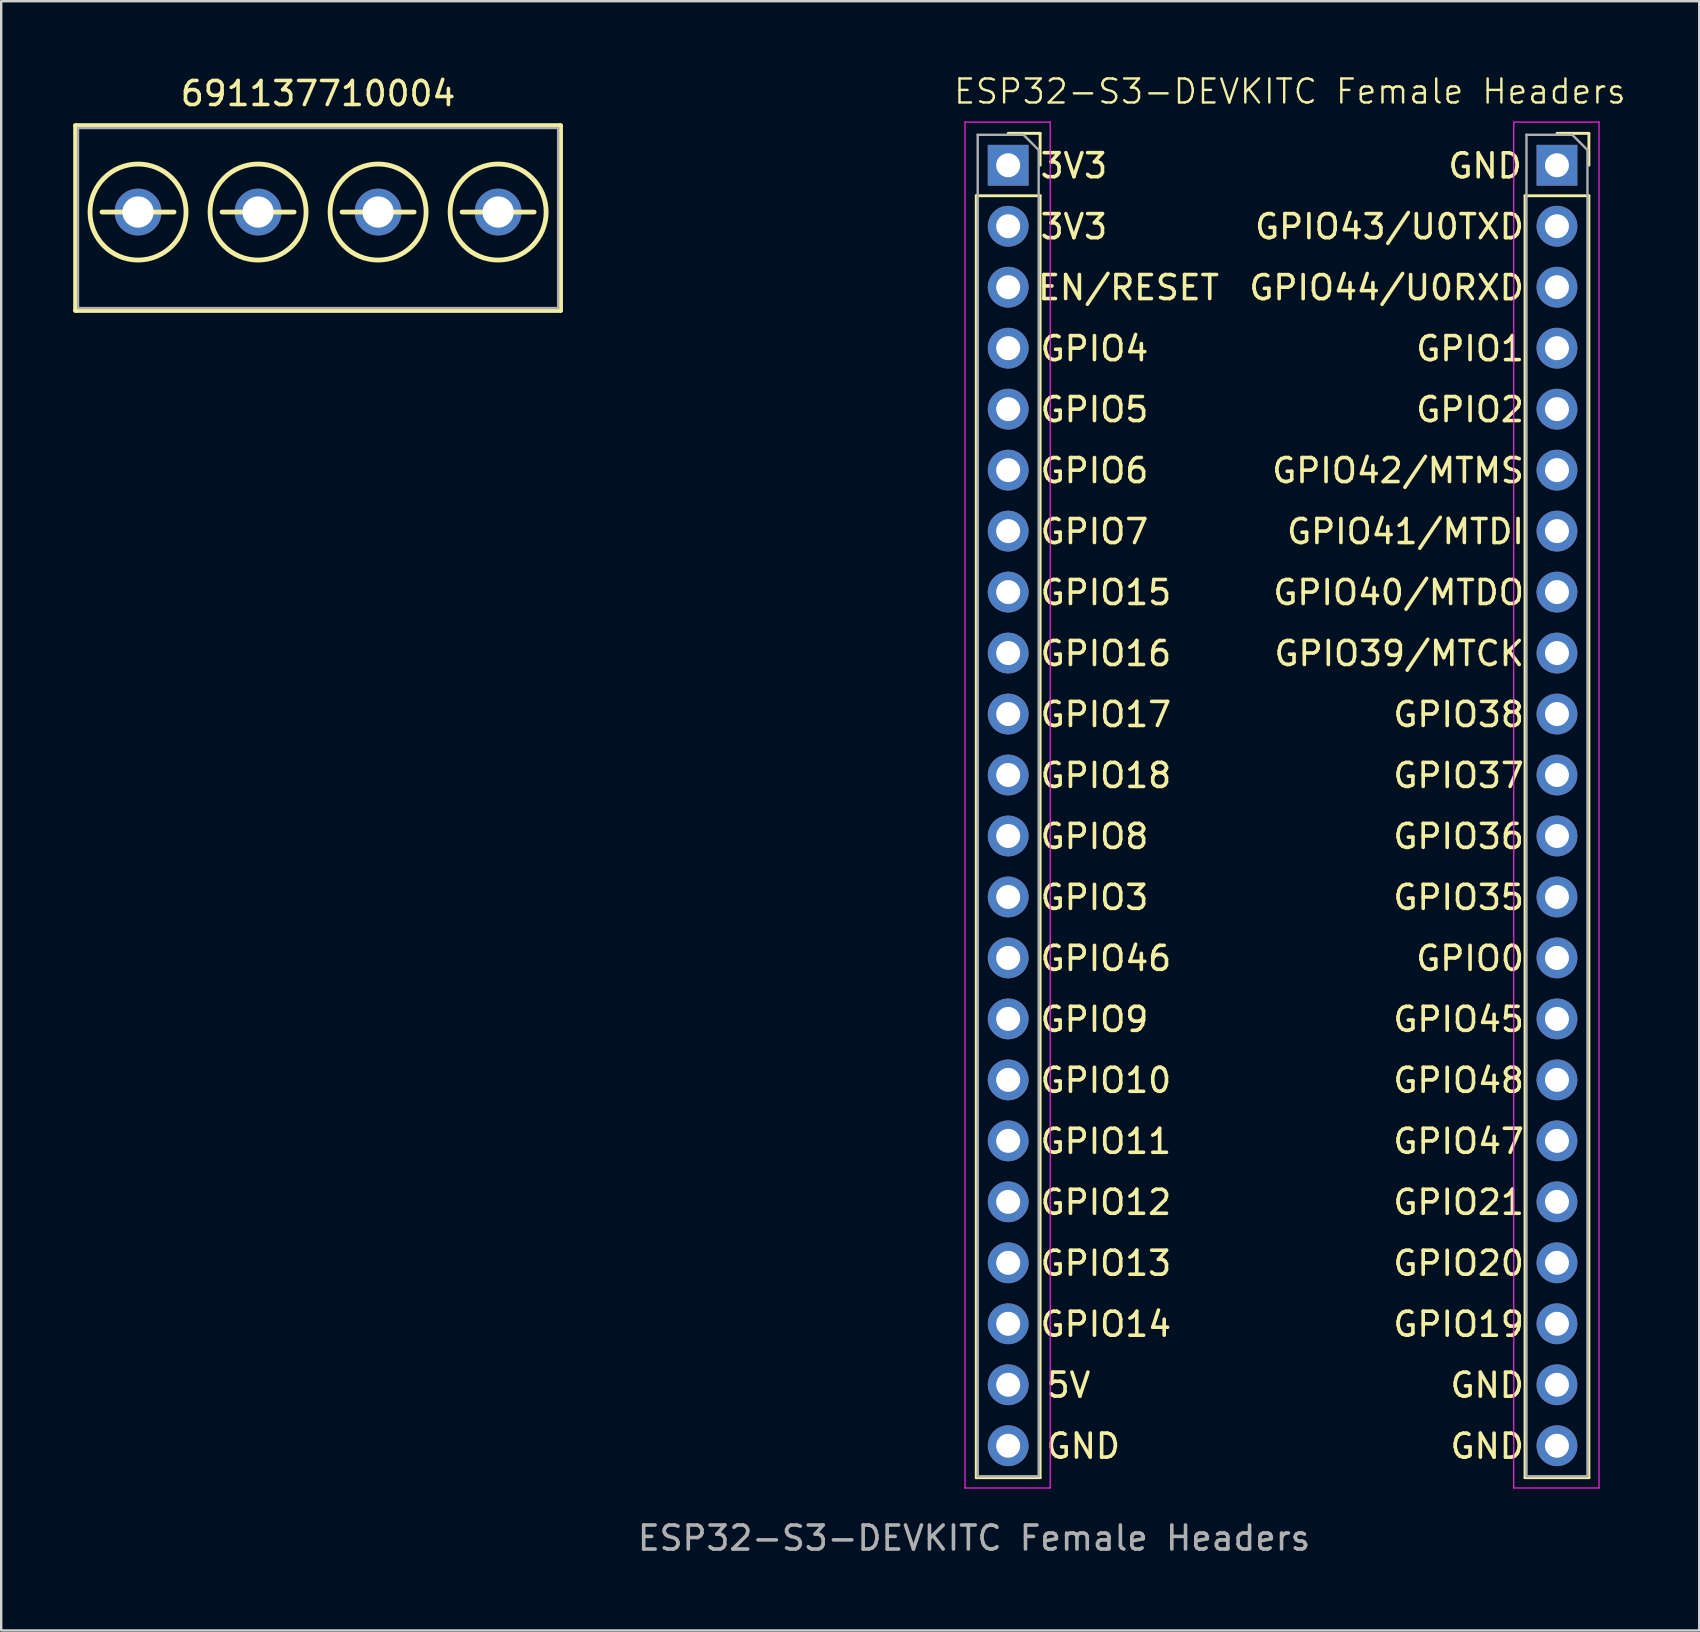
<source format=kicad_pcb>
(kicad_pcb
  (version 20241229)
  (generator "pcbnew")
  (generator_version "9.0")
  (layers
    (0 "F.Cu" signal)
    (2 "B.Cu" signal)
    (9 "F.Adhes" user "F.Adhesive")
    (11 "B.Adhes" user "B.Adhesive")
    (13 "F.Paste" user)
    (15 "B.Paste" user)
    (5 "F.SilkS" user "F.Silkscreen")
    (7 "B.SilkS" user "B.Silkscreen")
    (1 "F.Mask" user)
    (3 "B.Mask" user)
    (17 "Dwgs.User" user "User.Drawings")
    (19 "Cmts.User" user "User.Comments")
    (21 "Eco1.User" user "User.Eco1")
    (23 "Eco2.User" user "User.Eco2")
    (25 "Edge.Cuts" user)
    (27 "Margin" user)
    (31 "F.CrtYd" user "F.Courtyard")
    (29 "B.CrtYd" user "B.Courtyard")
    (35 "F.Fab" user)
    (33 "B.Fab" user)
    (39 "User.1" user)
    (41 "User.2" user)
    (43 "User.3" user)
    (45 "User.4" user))
  (footprint "ESP32-S3-DEVKITC Female Headers"
    (layer "F.Cu")
    (at 37.525 58.52)
    (property "Reference" "ESP32-S3-DEVKITC Female Headers" (at 13.157 -57.76 0) (unlocked yes) (layer "F.SilkS") (effects (font (size 1 1) (thickness 0.1))))
    (attr smd)
    (fp_line (start 0.092 -53.416) (end 0.092 -0.016) (stroke (width 0.12) (type solid)) (layer "F.SilkS"))
    (fp_line (start 0.092 -53.416) (end 2.752 -53.416) (stroke (width 0.12) (type solid)) (layer "F.SilkS"))
    (fp_line (start 0.092 -0.016) (end 2.752 -0.016) (stroke (width 0.12) (type solid)) (layer "F.SilkS"))
    (fp_line (start 1.422 -56.016) (end 2.752 -56.016) (stroke (width 0.12) (type solid)) (layer "F.SilkS"))
    (fp_line (start 2.752 -56.016) (end 2.752 -54.686) (stroke (width 0.12) (type solid)) (layer "F.SilkS"))
    (fp_line (start 2.752 -53.416) (end 2.752 -0.016) (stroke (width 0.12) (type solid)) (layer "F.SilkS"))
    (fp_line (start 22.952 -53.416) (end 22.952 -0.016) (stroke (width 0.12) (type solid)) (layer "F.SilkS"))
    (fp_line (start 22.952 -53.416) (end 25.612 -53.416) (stroke (width 0.12) (type solid)) (layer "F.SilkS"))
    (fp_line (start 22.952 -0.016) (end 25.612 -0.016) (stroke (width 0.12) (type solid)) (layer "F.SilkS"))
    (fp_line (start 24.282 -56.016) (end 25.612 -56.016) (stroke (width 0.12) (type solid)) (layer "F.SilkS"))
    (fp_line (start 25.612 -56.016) (end 25.612 -54.686) (stroke (width 0.12) (type solid)) (layer "F.SilkS"))
    (fp_line (start 25.612 -53.416) (end 25.612 -0.016) (stroke (width 0.12) (type solid)) (layer "F.SilkS"))
    (fp_line (start -0.378 -56.486) (end 3.172 -56.486) (stroke (width 0.05) (type solid)) (layer "F.CrtYd"))
    (fp_line (start -0.378 0.414) (end -0.378 -56.486) (stroke (width 0.05) (type solid)) (layer "F.CrtYd"))
    (fp_line (start 3.172 -56.486) (end 3.172 0.414) (stroke (width 0.05) (type solid)) (layer "F.CrtYd"))
    (fp_line (start 3.172 0.414) (end -0.378 0.414) (stroke (width 0.05) (type solid)) (layer "F.CrtYd"))
    (fp_line (start 22.482 -56.486) (end 26.032 -56.486) (stroke (width 0.05) (type solid)) (layer "F.CrtYd"))
    (fp_line (start 22.482 0.414) (end 22.482 -56.486) (stroke (width 0.05) (type solid)) (layer "F.CrtYd"))
    (fp_line (start 26.032 -56.486) (end 26.032 0.414) (stroke (width 0.05) (type solid)) (layer "F.CrtYd"))
    (fp_line (start 26.032 0.414) (end 22.482 0.414) (stroke (width 0.05) (type solid)) (layer "F.CrtYd"))
    (fp_line (start 0.152 -55.956) (end 2.057 -55.956) (stroke (width 0.1) (type solid)) (layer "F.Fab"))
    (fp_line (start 0.152 -0.076) (end 0.152 -55.956) (stroke (width 0.1) (type solid)) (layer "F.Fab"))
    (fp_line (start 2.057 -55.956) (end 2.692 -55.321) (stroke (width 0.1) (type solid)) (layer "F.Fab"))
    (fp_line (start 2.692 -55.321) (end 2.692 -0.076) (stroke (width 0.1) (type solid)) (layer "F.Fab"))
    (fp_line (start 2.692 -0.076) (end 0.152 -0.076) (stroke (width 0.1) (type solid)) (layer "F.Fab"))
    (fp_line (start 23.012 -55.956) (end 24.917 -55.956) (stroke (width 0.1) (type solid)) (layer "F.Fab"))
    (fp_line (start 23.012 -0.076) (end 23.012 -55.956) (stroke (width 0.1) (type solid)) (layer "F.Fab"))
    (fp_line (start 24.917 -55.956) (end 25.552 -55.321) (stroke (width 0.1) (type solid)) (layer "F.Fab"))
    (fp_line (start 25.552 -55.321) (end 25.552 -0.076) (stroke (width 0.1) (type solid)) (layer "F.Fab"))
    (fp_line (start 25.552 -0.076) (end 23.012 -0.076) (stroke (width 0.1) (type solid)) (layer "F.Fab"))
    (fp_text user "GPIO21" (at 22.999 -11.486 0) (unlocked yes) (layer "F.SilkS") (effects (font (size 1 1) (thickness 0.15)) (justify right)))
    (fp_text user "GPIO47" (at 22.999 -14.026 0) (unlocked yes) (layer "F.SilkS") (effects (font (size 1 1) (thickness 0.15)) (justify right)))
    (fp_text user "GPIO35" (at 22.999 -24.186 0) (unlocked yes) (layer "F.SilkS") (effects (font (size 1 1) (thickness 0.15)) (justify right)))
    (fp_text user "GPIO43/U0TXD" (at 22.999 -52.126 0) (unlocked yes) (layer "F.SilkS") (effects (font (size 1 1) (thickness 0.15)) (justify right)))
    (fp_text user "GPIO4" (at 2.679 -47.046 0) (unlocked yes) (layer "F.SilkS") (effects (font (size 1 1) (thickness 0.15)) (justify left)))
    (fp_text user "GPIO20" (at 22.999 -8.946 0) (unlocked yes) (layer "F.SilkS") (effects (font (size 1 1) (thickness 0.15)) (justify right)))
    (fp_text user "GPIO38" (at 22.999 -31.806 0) (unlocked yes) (layer "F.SilkS") (effects (font (size 1 1) (thickness 0.15)) (justify right)))
    (fp_text user "GPIO19" (at 22.999 -6.406 0) (unlocked yes) (layer "F.SilkS") (effects (font (size 1 1) (thickness 0.15)) (justify right)))
    (fp_text user "GPIO36" (at 22.999 -26.726 0) (unlocked yes) (layer "F.SilkS") (effects (font (size 1 1) (thickness 0.15)) (justify right)))
    (fp_text user "GPIO18" (at 2.679 -29.266 0) (unlocked yes) (layer "F.SilkS") (effects (font (size 1 1) (thickness 0.15)) (justify left)))
    (fp_text user "EN/RESET" (at 10.296 -49.589 0) (unlocked yes) (layer "F.SilkS") (effects (font (size 1 1) (thickness 0.15)) (justify right)))
    (fp_text user "GPIO46" (at 2.679 -21.646 0) (unlocked yes) (layer "F.SilkS") (effects (font (size 1 1) (thickness 0.15)) (justify left)))
    (fp_text user "GPIO2" (at 22.999 -44.506 0) (unlocked yes) (layer "F.SilkS") (effects (font (size 1 1) (thickness 0.15)) (justify right)))
    (fp_text user "GPIO14" (at 2.679 -6.406 0) (unlocked yes) (layer "F.SilkS") (effects (font (size 1 1) (thickness 0.15)) (justify left)))
    (fp_text user "GPIO39/MTCK" (at 22.999 -34.346 0) (unlocked yes) (layer "F.SilkS") (effects (font (size 1 1) (thickness 0.15)) (justify right)))
    (fp_text user "GPIO5" (at 2.679 -44.506 0) (unlocked yes) (layer "F.SilkS") (effects (font (size 1 1) (thickness 0.15)) (justify left)))
    (fp_text user "GPIO37" (at 22.999 -29.266 0) (unlocked yes) (layer "F.SilkS") (effects (font (size 1 1) (thickness 0.15)) (justify right)))
    (fp_text user "GPIO7" (at 2.679 -39.426 0) (unlocked yes) (layer "F.SilkS") (effects (font (size 1 1) (thickness 0.15)) (justify left)))
    (fp_text user "3V3" (at 2.679 -52.126 0) (unlocked yes) (layer "F.SilkS") (effects (font (size 1 1) (thickness 0.15)) (justify left)))
    (fp_text user "GND" (at 2.93 -1.329 0) (unlocked yes) (layer "F.SilkS") (effects (font (size 1 1) (thickness 0.15)) (justify left)))
    (fp_text user "GPIO16" (at 2.679 -34.346 0) (unlocked yes) (layer "F.SilkS") (effects (font (size 1 1) (thickness 0.15)) (justify left)))
    (fp_text user "GPIO1" (at 22.999 -47.046 0) (unlocked yes) (layer "F.SilkS") (effects (font (size 1 1) (thickness 0.15)) (justify right)))
    (fp_text user "GND" (at 22.999 -3.866 0) (unlocked yes) (layer "F.SilkS") (effects (font (size 1 1) (thickness 0.15)) (justify right)))
    (fp_text user "GND" (at 22.999 -1.326 0) (unlocked yes) (layer "F.SilkS") (effects (font (size 1 1) (thickness 0.15)) (justify right)))
    (fp_text user "GPIO6" (at 2.679 -41.966 0) (unlocked yes) (layer "F.SilkS") (effects (font (size 1 1) (thickness 0.15)) (justify left)))
    (fp_text user "5V" (at 2.93 -3.869 0) (unlocked yes) (layer "F.SilkS") (effects (font (size 1 1) (thickness 0.15)) (justify left)))
    (fp_text user "GPIO12" (at 2.679 -11.486 0) (unlocked yes) (layer "F.SilkS") (effects (font (size 1 1) (thickness 0.15)) (justify left)))
    (fp_text user "GPIO48" (at 22.999 -16.566 0) (unlocked yes) (layer "F.SilkS") (effects (font (size 1 1) (thickness 0.15)) (justify right)))
    (fp_text user "GPIO13" (at 2.679 -8.946 0) (unlocked yes) (layer "F.SilkS") (effects (font (size 1 1) (thickness 0.15)) (justify left)))
    (fp_text user "3V3" (at 2.679 -54.666 0) (unlocked yes) (layer "F.SilkS") (effects (font (size 1 1) (thickness 0.15)) (justify left)))
    (fp_text user "GPIO17" (at 2.679 -31.806 0) (unlocked yes) (layer "F.SilkS") (effects (font (size 1 1) (thickness 0.15)) (justify left)))
    (fp_text user "GPIO11" (at 2.679 -14.026 0) (unlocked yes) (layer "F.SilkS") (effects (font (size 1 1) (thickness 0.15)) (justify left)))
    (fp_text user "GPIO40/MTDO" (at 22.999 -36.886 0) (unlocked yes) (layer "F.SilkS") (effects (font (size 1 1) (thickness 0.15)) (justify right)))
    (fp_text user "GND" (at 22.911 -54.661 0) (unlocked yes) (layer "F.SilkS") (effects (font (size 1 1) (thickness 0.15)) (justify right)))
    (fp_text user "GPIO45" (at 22.999 -19.106 0) (unlocked yes) (layer "F.SilkS") (effects (font (size 1 1) (thickness 0.15)) (justify right)))
    (fp_text user "GPIO44/U0RXD" (at 22.999 -49.586 0) (unlocked yes) (layer "F.SilkS") (effects (font (size 1 1) (thickness 0.15)) (justify right)))
    (fp_text user "GPIO0" (at 22.999 -21.646 0) (unlocked yes) (layer "F.SilkS") (effects (font (size 1 1) (thickness 0.15)) (justify right)))
    (fp_text user "GPIO15" (at 2.679 -36.886 0) (unlocked yes) (layer "F.SilkS") (effects (font (size 1 1) (thickness 0.15)) (justify left)))
    (fp_text user "GPIO10" (at 2.679 -16.566 0) (unlocked yes) (layer "F.SilkS") (effects (font (size 1 1) (thickness 0.15)) (justify left)))
    (fp_text user "GPIO41/MTDI" (at 22.999 -39.426 0) (unlocked yes) (layer "F.SilkS") (effects (font (size 1 1) (thickness 0.15)) (justify right)))
    (fp_text user "GPIO3" (at 2.679 -24.186 0) (unlocked yes) (layer "F.SilkS") (effects (font (size 1 1) (thickness 0.15)) (justify left)))
    (fp_text user "GPIO8" (at 2.679 -26.726 0) (unlocked yes) (layer "F.SilkS") (effects (font (size 1 1) (thickness 0.15)) (justify left)))
    (fp_text user "GPIO9" (at 2.679 -19.106 0) (unlocked yes) (layer "F.SilkS") (effects (font (size 1 1) (thickness 0.15)) (justify left)))
    (fp_text user "GPIO42/MTMS" (at 22.999 -41.966 0) (unlocked yes) (layer "F.SilkS") (effects (font (size 1 1) (thickness 0.15)) (justify right)))
    (fp_text user "${REFERENCE}" (at 0 2.5 0) (unlocked yes) (layer "F.Fab") (effects (font (size 1 1) (thickness 0.15))))
    (pad "1" thru_hole rect (at 1.422 -54.686) (size 1.7 1.7) (drill 1) (layers "*.Cu" "*.Mask"))
    (pad "2" thru_hole oval (at 1.422 -52.146) (size 1.7 1.7) (drill 1) (layers "*.Cu" "*.Mask"))
    (pad "3" thru_hole oval (at 1.422 -49.606) (size 1.7 1.7) (drill 1) (layers "*.Cu" "*.Mask"))
    (pad "4" thru_hole oval (at 1.422 -47.066) (size 1.7 1.7) (drill 1) (layers "*.Cu" "*.Mask"))
    (pad "5" thru_hole oval (at 1.422 -44.526) (size 1.7 1.7) (drill 1) (layers "*.Cu" "*.Mask"))
    (pad "6" thru_hole oval (at 1.422 -41.986) (size 1.7 1.7) (drill 1) (layers "*.Cu" "*.Mask"))
    (pad "7" thru_hole oval (at 1.422 -39.446) (size 1.7 1.7) (drill 1) (layers "*.Cu" "*.Mask"))
    (pad "8" thru_hole oval (at 1.422 -36.906) (size 1.7 1.7) (drill 1) (layers "*.Cu" "*.Mask"))
    (pad "9" thru_hole oval (at 1.422 -34.366) (size 1.7 1.7) (drill 1) (layers "*.Cu" "*.Mask"))
    (pad "10" thru_hole oval (at 1.422 -31.826) (size 1.7 1.7) (drill 1) (layers "*.Cu" "*.Mask"))
    (pad "11" thru_hole oval (at 1.422 -29.286) (size 1.7 1.7) (drill 1) (layers "*.Cu" "*.Mask"))
    (pad "12" thru_hole oval (at 1.422 -26.746) (size 1.7 1.7) (drill 1) (layers "*.Cu" "*.Mask"))
    (pad "13" thru_hole oval (at 1.422 -24.206) (size 1.7 1.7) (drill 1) (layers "*.Cu" "*.Mask"))
    (pad "14" thru_hole oval (at 1.422 -21.666) (size 1.7 1.7) (drill 1) (layers "*.Cu" "*.Mask"))
    (pad "15" thru_hole oval (at 1.422 -19.126) (size 1.7 1.7) (drill 1) (layers "*.Cu" "*.Mask"))
    (pad "16" thru_hole oval (at 1.422 -16.586) (size 1.7 1.7) (drill 1) (layers "*.Cu" "*.Mask"))
    (pad "17" thru_hole oval (at 1.422 -14.046) (size 1.7 1.7) (drill 1) (layers "*.Cu" "*.Mask"))
    (pad "18" thru_hole oval (at 1.422 -11.506) (size 1.7 1.7) (drill 1) (layers "*.Cu" "*.Mask"))
    (pad "19" thru_hole oval (at 1.422 -8.966) (size 1.7 1.7) (drill 1) (layers "*.Cu" "*.Mask"))
    (pad "20" thru_hole oval (at 1.422 -6.426) (size 1.7 1.7) (drill 1) (layers "*.Cu" "*.Mask"))
    (pad "21" thru_hole oval (at 1.422 -3.886) (size 1.7 1.7) (drill 1) (layers "*.Cu" "*.Mask"))
    (pad "22" thru_hole oval (at 1.422 -1.346) (size 1.7 1.7) (drill 1) (layers "*.Cu" "*.Mask"))
    (pad "23" thru_hole oval (at 24.282 -1.346) (size 1.7 1.7) (drill 1) (layers "*.Cu" "*.Mask"))
    (pad "24" thru_hole oval (at 24.282 -3.886) (size 1.7 1.7) (drill 1) (layers "*.Cu" "*.Mask"))
    (pad "25" thru_hole oval (at 24.282 -6.426) (size 1.7 1.7) (drill 1) (layers "*.Cu" "*.Mask"))
    (pad "26" thru_hole oval (at 24.282 -8.966) (size 1.7 1.7) (drill 1) (layers "*.Cu" "*.Mask"))
    (pad "27" thru_hole oval (at 24.282 -11.506) (size 1.7 1.7) (drill 1) (layers "*.Cu" "*.Mask"))
    (pad "28" thru_hole oval (at 24.282 -14.046) (size 1.7 1.7) (drill 1) (layers "*.Cu" "*.Mask"))
    (pad "29" thru_hole oval (at 24.282 -16.586) (size 1.7 1.7) (drill 1) (layers "*.Cu" "*.Mask"))
    (pad "30" thru_hole oval (at 24.282 -19.126) (size 1.7 1.7) (drill 1) (layers "*.Cu" "*.Mask"))
    (pad "31" thru_hole oval (at 24.282 -21.666) (size 1.7 1.7) (drill 1) (layers "*.Cu" "*.Mask"))
    (pad "32" thru_hole oval (at 24.282 -24.206) (size 1.7 1.7) (drill 1) (layers "*.Cu" "*.Mask"))
    (pad "33" thru_hole oval (at 24.282 -26.746) (size 1.7 1.7) (drill 1) (layers "*.Cu" "*.Mask"))
    (pad "34" thru_hole oval (at 24.282 -29.286) (size 1.7 1.7) (drill 1) (layers "*.Cu" "*.Mask"))
    (pad "35" thru_hole oval (at 24.282 -31.826) (size 1.7 1.7) (drill 1) (layers "*.Cu" "*.Mask"))
    (pad "36" thru_hole oval (at 24.282 -34.366) (size 1.7 1.7) (drill 1) (layers "*.Cu" "*.Mask"))
    (pad "37" thru_hole oval (at 24.282 -36.906) (size 1.7 1.7) (drill 1) (layers "*.Cu" "*.Mask"))
    (pad "38" thru_hole oval (at 24.282 -39.446) (size 1.7 1.7) (drill 1) (layers "*.Cu" "*.Mask"))
    (pad "39" thru_hole oval (at 24.282 -41.986) (size 1.7 1.7) (drill 1) (layers "*.Cu" "*.Mask"))
    (pad "40" thru_hole oval (at 24.282 -44.526) (size 1.7 1.7) (drill 1) (layers "*.Cu" "*.Mask"))
    (pad "41" thru_hole oval (at 24.282 -47.066) (size 1.7 1.7) (drill 1) (layers "*.Cu" "*.Mask"))
    (pad "42" thru_hole oval (at 24.282 -49.606) (size 1.7 1.7) (drill 1) (layers "*.Cu" "*.Mask"))
    (pad "43" thru_hole oval (at 24.282 -52.146) (size 1.7 1.7) (drill 1) (layers "*.Cu" "*.Mask"))
    (pad "44" thru_hole rect (at 24.282 -54.686) (size 1.7 1.7) (drill 1) (layers "*.Cu" "*.Mask")))
  (footprint "691137710004"
    (layer "F.Cu")
    (at 10.2 5.783)
    (property "Reference" "691137710004" (at 0 -4.935 0) (layer "F.SilkS") (effects (font (size 1 1) (thickness 0.15))))
    (attr through_hole)
    (fp_line (start -10.1 -3.6) (end 10.1 -3.6) (stroke (width 0.2) (type solid)) (layer "F.SilkS"))
    (fp_line (start -10.1 4.1) (end -10.1 -3.6) (stroke (width 0.2) (type solid)) (layer "F.SilkS"))
    (fp_line (start -6 0) (end -9 0) (stroke (width 0.2) (type default)) (layer "F.SilkS"))
    (fp_line (start -1 0) (end -4 0) (stroke (width 0.2) (type default)) (layer "F.SilkS"))
    (fp_line (start 4 0) (end 1 0) (stroke (width 0.2) (type default)) (layer "F.SilkS"))
    (fp_line (start 9 0) (end 6 0) (stroke (width 0.2) (type default)) (layer "F.SilkS"))
    (fp_line (start 10.1 -3.6) (end 10.1 4.1) (stroke (width 0.2) (type solid)) (layer "F.SilkS"))
    (fp_line (start 10.1 4.1) (end -10.1 4.1) (stroke (width 0.2) (type solid)) (layer "F.SilkS"))
    (fp_circle (center -7.5 0) (end -5.5 0) (stroke (width 0.2) (type default)) (fill no) (layer "F.SilkS"))
    (fp_circle (center -2.5 0) (end -0.5 0) (stroke (width 0.2) (type default)) (fill no) (layer "F.SilkS"))
    (fp_circle (center 2.5 0) (end 4.5 0) (stroke (width 0.2) (type default)) (fill no) (layer "F.SilkS"))
    (fp_circle (center 7.5 0) (end 9.5 0) (stroke (width 0.2) (type default)) (fill no) (layer "F.SilkS"))
    (fp_line (start -10 -3.5) (end 10 -3.5) (stroke (width 0.1) (type solid)) (layer "F.Fab"))
    (fp_line (start -10 4) (end -10 -3.5) (stroke (width 0.1) (type solid)) (layer "F.Fab"))
    (fp_line (start 10 -3.5) (end 10 4) (stroke (width 0.1) (type solid)) (layer "F.Fab"))
    (fp_line (start 10 4) (end -10 4) (stroke (width 0.1) (type solid)) (layer "F.Fab"))
    (pad "1" thru_hole circle (at -7.5 0) (size 1.95 1.95) (drill 1.3) (layers "*.Cu" "*.Mask"))
    (pad "2" thru_hole circle (at -2.5 0) (size 1.95 1.95) (drill 1.3) (layers "*.Cu" "*.Mask"))
    (pad "3" thru_hole circle (at 2.5 0) (size 1.95 1.95) (drill 1.3) (layers "*.Cu" "*.Mask"))
    (pad "4" thru_hole circle (at 7.5 0) (size 1.95 1.95) (drill 1.3) (layers "*.Cu" "*.Mask")))
  (gr_rect
    (start -3 -3)
    (end 67.732 64.868)
    (stroke (width 0.1) (type default))
    (fill no)
    (layer "Edge.Cuts")))
</source>
